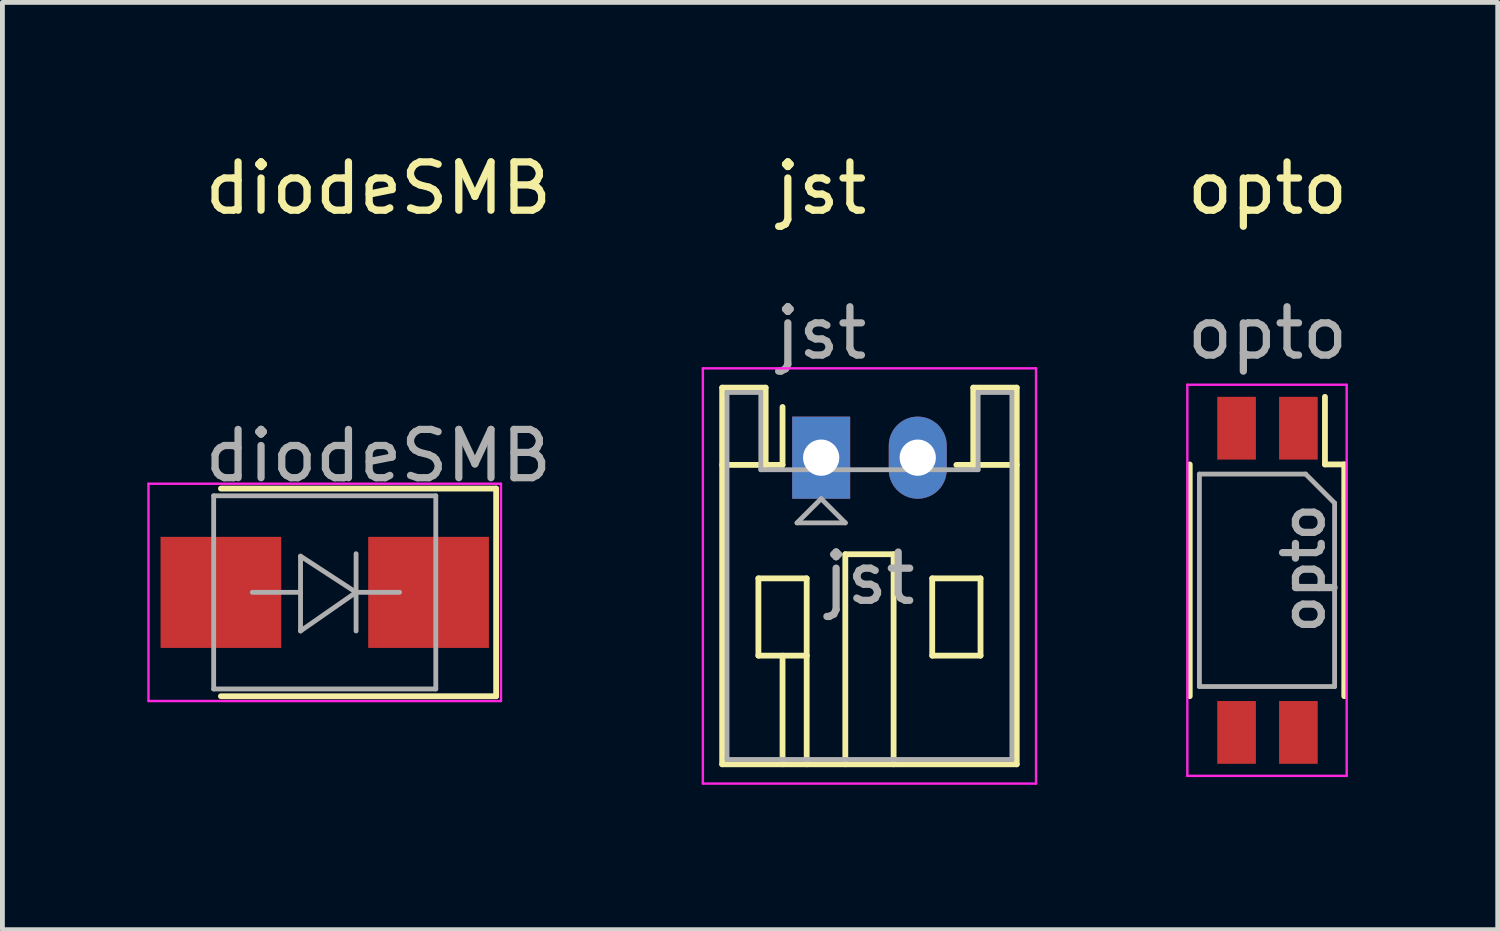
<source format=kicad_pcb>
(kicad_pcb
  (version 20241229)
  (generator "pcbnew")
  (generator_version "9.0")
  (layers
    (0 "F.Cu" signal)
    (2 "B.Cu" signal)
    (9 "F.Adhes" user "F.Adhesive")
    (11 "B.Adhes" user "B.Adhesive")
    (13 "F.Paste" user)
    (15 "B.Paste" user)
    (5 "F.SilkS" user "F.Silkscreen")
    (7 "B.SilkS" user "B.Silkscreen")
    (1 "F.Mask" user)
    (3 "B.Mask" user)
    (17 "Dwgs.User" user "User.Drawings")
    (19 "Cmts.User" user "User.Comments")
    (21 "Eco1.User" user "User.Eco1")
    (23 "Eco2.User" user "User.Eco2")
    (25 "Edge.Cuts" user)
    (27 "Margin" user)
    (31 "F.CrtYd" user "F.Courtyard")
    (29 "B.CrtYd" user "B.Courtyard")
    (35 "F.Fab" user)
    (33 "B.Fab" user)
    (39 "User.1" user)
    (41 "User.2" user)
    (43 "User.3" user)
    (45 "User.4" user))
  (footprint "jst"
    (layer "F.Cu")
    (at 13.956 1.348)
    (property "Reference" "jst" (at 0 -0.5 0) (unlocked yes) (layer "F.SilkS") (effects (font (size 1 1) (thickness 0.15))))
    (attr smd)
    (fp_line (start -2.05 3.63) (end -2.05 11.43) (stroke (width 0.12) (type solid)) (layer "F.SilkS"))
    (fp_line (start -2.05 5.23) (end -1.15 5.23) (stroke (width 0.12) (type solid)) (layer "F.SilkS"))
    (fp_line (start -2.05 11.43) (end 4.05 11.43) (stroke (width 0.12) (type solid)) (layer "F.SilkS"))
    (fp_line (start -1.3 7.58) (end -1.3 9.18) (stroke (width 0.12) (type solid)) (layer "F.SilkS"))
    (fp_line (start -1.3 9.18) (end -0.3 9.18) (stroke (width 0.12) (type solid)) (layer "F.SilkS"))
    (fp_line (start -1.15 3.63) (end -2.05 3.63) (stroke (width 0.12) (type solid)) (layer "F.SilkS"))
    (fp_line (start -1.15 5.23) (end -1.15 3.63) (stroke (width 0.12) (type solid)) (layer "F.SilkS"))
    (fp_line (start -0.8 5.23) (end -1.15 5.23) (stroke (width 0.12) (type solid)) (layer "F.SilkS"))
    (fp_line (start -0.8 5.23) (end -0.8 4.03) (stroke (width 0.12) (type solid)) (layer "F.SilkS"))
    (fp_line (start -0.8 9.18) (end -0.8 11.43) (stroke (width 0.12) (type solid)) (layer "F.SilkS"))
    (fp_line (start -0.3 7.58) (end -1.3 7.58) (stroke (width 0.12) (type solid)) (layer "F.SilkS"))
    (fp_line (start -0.3 9.18) (end -0.3 7.58) (stroke (width 0.12) (type solid)) (layer "F.SilkS"))
    (fp_line (start -0.3 9.18) (end -0.3 11.43) (stroke (width 0.12) (type solid)) (layer "F.SilkS"))
    (fp_line (start 0.5 7.08) (end 1.5 7.08) (stroke (width 0.12) (type solid)) (layer "F.SilkS"))
    (fp_line (start 0.5 11.43) (end 0.5 7.08) (stroke (width 0.12) (type solid)) (layer "F.SilkS"))
    (fp_line (start 1.5 7.08) (end 1.5 11.43) (stroke (width 0.12) (type solid)) (layer "F.SilkS"))
    (fp_line (start 2.3 7.58) (end 3.3 7.58) (stroke (width 0.12) (type solid)) (layer "F.SilkS"))
    (fp_line (start 2.3 9.18) (end 2.3 7.58) (stroke (width 0.12) (type solid)) (layer "F.SilkS"))
    (fp_line (start 3.15 3.63) (end 3.15 5.23) (stroke (width 0.12) (type solid)) (layer "F.SilkS"))
    (fp_line (start 3.15 5.23) (end 2.8 5.23) (stroke (width 0.12) (type solid)) (layer "F.SilkS"))
    (fp_line (start 3.3 7.58) (end 3.3 9.18) (stroke (width 0.12) (type solid)) (layer "F.SilkS"))
    (fp_line (start 3.3 9.18) (end 2.3 9.18) (stroke (width 0.12) (type solid)) (layer "F.SilkS"))
    (fp_line (start 4.05 3.63) (end 3.15 3.63) (stroke (width 0.12) (type solid)) (layer "F.SilkS"))
    (fp_line (start 4.05 5.23) (end 3.15 5.23) (stroke (width 0.12) (type solid)) (layer "F.SilkS"))
    (fp_line (start 4.05 11.43) (end 4.05 3.63) (stroke (width 0.12) (type solid)) (layer "F.SilkS"))
    (fp_line (start -2.45 3.23) (end -2.45 11.83) (stroke (width 0.05) (type solid)) (layer "F.CrtYd"))
    (fp_line (start -2.45 11.83) (end 4.45 11.83) (stroke (width 0.05) (type solid)) (layer "F.CrtYd"))
    (fp_line (start 4.45 3.23) (end -2.45 3.23) (stroke (width 0.05) (type solid)) (layer "F.CrtYd"))
    (fp_line (start 4.45 11.83) (end 4.45 3.23) (stroke (width 0.05) (type solid)) (layer "F.CrtYd"))
    (fp_line (start -1.95 3.73) (end -1.95 11.33) (stroke (width 0.1) (type solid)) (layer "F.Fab"))
    (fp_line (start -1.95 11.33) (end 3.95 11.33) (stroke (width 0.1) (type solid)) (layer "F.Fab"))
    (fp_line (start -1.25 3.73) (end -1.95 3.73) (stroke (width 0.1) (type solid)) (layer "F.Fab"))
    (fp_line (start -1.25 5.33) (end -1.25 3.73) (stroke (width 0.1) (type solid)) (layer "F.Fab"))
    (fp_line (start -0.5 6.43) (end 0.5 6.43) (stroke (width 0.1) (type solid)) (layer "F.Fab"))
    (fp_line (start 0 5.93) (end -0.5 6.43) (stroke (width 0.1) (type solid)) (layer "F.Fab"))
    (fp_line (start 0.5 6.43) (end 0 5.93) (stroke (width 0.1) (type solid)) (layer "F.Fab"))
    (fp_line (start 3.25 3.73) (end 3.25 5.33) (stroke (width 0.1) (type solid)) (layer "F.Fab"))
    (fp_line (start 3.25 5.33) (end -1.25 5.33) (stroke (width 0.1) (type solid)) (layer "F.Fab"))
    (fp_line (start 3.95 3.73) (end 3.25 3.73) (stroke (width 0.1) (type solid)) (layer "F.Fab"))
    (fp_line (start 3.95 11.33) (end 3.95 3.73) (stroke (width 0.1) (type solid)) (layer "F.Fab"))
    (fp_text user "${REFERENCE}" (at 1 7.58 0) (layer "F.Fab") (effects (font (size 1 1) (thickness 0.15))))
    (fp_text user "${REFERENCE}" (at 0 2.5 0) (unlocked yes) (layer "F.Fab") (effects (font (size 1 1) (thickness 0.15))))
    (pad "1" thru_hole rect (at 0 5.08) (size 1.2 1.7) (drill 0.75) (layers "*.Cu" "*.Mask"))
    (pad "2" thru_hole oval (at 2 5.08) (size 1.2 1.7) (drill 0.75) (layers "*.Cu" "*.Mask")))
  (footprint "opto"
    (layer "F.Cu")
    (at 23.199 1.348)
    (property "Reference" "opto" (at 0 -0.5 0) (unlocked yes) (layer "F.SilkS") (effects (font (size 1 1) (thickness 0.15))))
    (attr smd)
    (fp_line (start -1.61 5.22) (end -1.61 10.02) (stroke (width 0.12) (type solid)) (layer "F.SilkS"))
    (fp_line (start 1.19 5.22) (end 1.19 3.82) (stroke (width 0.12) (type solid)) (layer "F.SilkS"))
    (fp_line (start 1.59 5.22) (end 1.19 5.22) (stroke (width 0.12) (type solid)) (layer "F.SilkS"))
    (fp_line (start 1.59 5.22) (end 1.59 10.02) (stroke (width 0.12) (type solid)) (layer "F.SilkS"))
    (fp_line (start -1.66 11.67) (end -1.66 3.57) (stroke (width 0.05) (type solid)) (layer "F.CrtYd"))
    (fp_line (start -1.66 11.67) (end 1.64 11.67) (stroke (width 0.05) (type solid)) (layer "F.CrtYd"))
    (fp_line (start 1.64 3.57) (end -1.66 3.57) (stroke (width 0.05) (type solid)) (layer "F.CrtYd"))
    (fp_line (start 1.64 3.57) (end 1.64 11.67) (stroke (width 0.05) (type solid)) (layer "F.CrtYd"))
    (fp_line (start -1.41 5.42) (end 0.79 5.42) (stroke (width 0.1) (type solid)) (layer "F.Fab"))
    (fp_line (start -1.41 9.82) (end -1.41 5.42) (stroke (width 0.1) (type solid)) (layer "F.Fab"))
    (fp_line (start 0.79 5.42) (end 1.39 6.02) (stroke (width 0.1) (type solid)) (layer "F.Fab"))
    (fp_line (start 1.39 6.02) (end 1.39 9.82) (stroke (width 0.1) (type solid)) (layer "F.Fab"))
    (fp_line (start 1.39 9.82) (end -1.41 9.82) (stroke (width 0.1) (type solid)) (layer "F.Fab"))
    (fp_text user "${REFERENCE}" (at 0 2.5 0) (unlocked yes) (layer "F.Fab") (effects (font (size 1 1) (thickness 0.15))))
    (fp_text user "${REFERENCE}" (at 0.75 7.37 270) (layer "F.Fab") (effects (font (size 0.8 0.8) (thickness 0.15))))
    (pad "1" smd rect (at 0.64 4.47 270) (size 1.3 0.8) (layers "F.Cu" "F.Mask" "F.Paste"))
    (pad "2" smd rect (at -0.64 4.47 270) (size 1.3 0.8) (layers "F.Cu" "F.Mask" "F.Paste"))
    (pad "3" smd rect (at -0.64 10.77 270) (size 1.3 0.8) (layers "F.Cu" "F.Mask" "F.Paste"))
    (pad "4" smd rect (at 0.64 10.77 270) (size 1.3 0.8) (layers "F.Cu" "F.Mask" "F.Paste")))
  (footprint "diodeSMB"
    (layer "F.Cu")
    (at 4.785 8.928)
    (property "Reference" "diodeSMB" (at 0 -8.08 0) (unlocked yes) (layer "F.SilkS") (effects (font (size 1 1) (thickness 0.15))))
    (attr smd)
    (fp_line (start 2.44 -1.86) (end -3.26 -1.86) (stroke (width 0.12) (type solid)) (layer "F.SilkS"))
    (fp_line (start 2.44 2.44) (end -3.26 2.44) (stroke (width 0.12) (type solid)) (layer "F.SilkS"))
    (fp_line (start 2.44 2.44) (end 2.44 -1.86) (stroke (width 0.12) (type solid)) (layer "F.SilkS"))
    (fp_line (start -4.76 -1.96) (end 2.54 -1.96) (stroke (width 0.05) (type solid)) (layer "F.CrtYd"))
    (fp_line (start -4.76 2.54) (end -4.76 -1.96) (stroke (width 0.05) (type solid)) (layer "F.CrtYd"))
    (fp_line (start 2.54 -1.96) (end 2.54 2.54) (stroke (width 0.05) (type solid)) (layer "F.CrtYd"))
    (fp_line (start 2.54 2.54) (end -4.76 2.54) (stroke (width 0.05) (type solid)) (layer "F.CrtYd"))
    (fp_line (start -3.41 -1.71) (end 1.19 -1.71) (stroke (width 0.1) (type solid)) (layer "F.Fab"))
    (fp_line (start -3.41 2.29) (end -3.41 -1.71) (stroke (width 0.1) (type solid)) (layer "F.Fab"))
    (fp_line (start -3.41 2.29) (end 1.19 2.29) (stroke (width 0.1) (type solid)) (layer "F.Fab"))
    (fp_line (start -1.611 -0.46) (end -1.611 1.089) (stroke (width 0.1) (type solid)) (layer "F.Fab"))
    (fp_line (start -1.611 0.289) (end -2.609 0.289) (stroke (width 0.1) (type solid)) (layer "F.Fab"))
    (fp_line (start -0.461 0.289) (end -1.611 -0.46) (stroke (width 0.1) (type solid)) (layer "F.Fab"))
    (fp_line (start -0.461 0.289) (end -1.611 1.089) (stroke (width 0.1) (type solid)) (layer "F.Fab"))
    (fp_line (start -0.461 0.289) (end 0.441 0.289) (stroke (width 0.1) (type solid)) (layer "F.Fab"))
    (fp_line (start -0.461 1.089) (end -0.461 -0.511) (stroke (width 0.1) (type solid)) (layer "F.Fab"))
    (fp_line (start 1.19 -1.71) (end 1.19 2.29) (stroke (width 0.1) (type solid)) (layer "F.Fab"))
    (fp_text user "${REFERENCE}" (at 0 -2.54 0) (unlocked yes) (layer "F.Fab") (effects (font (size 1 1) (thickness 0.15))))
    (pad "1" smd rect (at 1.04 0.29 180) (size 2.5 2.3) (layers "F.Cu" "F.Mask" "F.Paste"))
    (pad "2" smd rect (at -3.26 0.29 180) (size 2.5 2.3) (layers "F.Cu" "F.Mask" "F.Paste")))
  (gr_rect
    (start -3 -3)
    (end 27.967 16.203)
    (stroke (width 0.1) (type default))
    (fill no)
    (layer "Edge.Cuts")))
</source>
